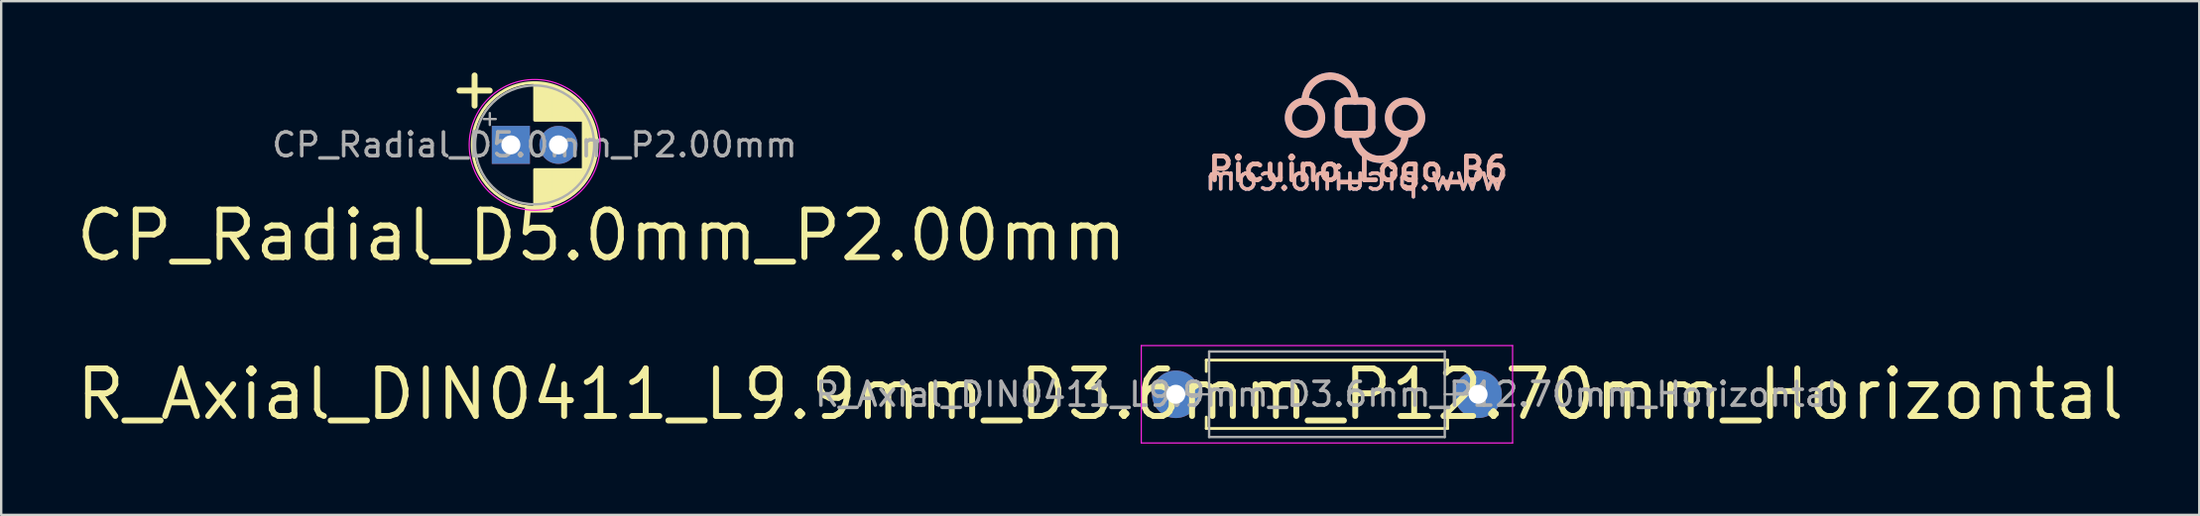
<source format=kicad_pcb>
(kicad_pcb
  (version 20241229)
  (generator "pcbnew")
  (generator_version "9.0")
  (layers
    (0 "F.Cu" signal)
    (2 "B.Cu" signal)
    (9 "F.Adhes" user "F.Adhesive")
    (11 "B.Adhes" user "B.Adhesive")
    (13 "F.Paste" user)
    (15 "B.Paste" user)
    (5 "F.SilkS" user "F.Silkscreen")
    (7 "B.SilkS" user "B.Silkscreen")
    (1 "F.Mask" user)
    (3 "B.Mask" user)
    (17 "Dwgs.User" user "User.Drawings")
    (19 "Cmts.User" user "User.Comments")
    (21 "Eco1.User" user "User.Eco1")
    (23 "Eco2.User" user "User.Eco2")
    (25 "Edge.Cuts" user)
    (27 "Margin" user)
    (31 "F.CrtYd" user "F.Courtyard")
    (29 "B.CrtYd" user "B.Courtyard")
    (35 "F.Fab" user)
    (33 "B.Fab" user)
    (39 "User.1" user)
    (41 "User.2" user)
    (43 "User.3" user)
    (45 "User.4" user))
  (footprint "R_Axial_DIN0411_L9.9mm_D3.6mm_P12.70mm_Horizontal"
    (layer "F.Cu")
    (at 46.35 13.54)
    (property "Reference" "R_Axial_DIN0411_L9.9mm_D3.6mm_P12.70mm_Horizontal" (at -3.175 0 0) (layer "F.SilkS") (effects (font (size 2 2) (thickness 0.25))))
    (attr through_hole)
    (fp_line (start 1.28 -1.44) (end 11.42 -1.44) (stroke (width 0.12) (type solid)) (layer "F.SilkS"))
    (fp_line (start 1.28 -0.96) (end 1.28 -1.44) (stroke (width 0.12) (type solid)) (layer "F.SilkS"))
    (fp_line (start 1.28 0.96) (end 1.28 1.44) (stroke (width 0.12) (type solid)) (layer "F.SilkS"))
    (fp_line (start 1.28 1.44) (end 11.42 1.44) (stroke (width 0.12) (type solid)) (layer "F.SilkS"))
    (fp_line (start 11.42 -1.44) (end 11.42 -0.96) (stroke (width 0.12) (type solid)) (layer "F.SilkS"))
    (fp_line (start 11.42 1.44) (end 11.42 0.96) (stroke (width 0.12) (type solid)) (layer "F.SilkS"))
    (fp_line (start -1.45 -2.05) (end -1.45 2.05) (stroke (width 0.05) (type solid)) (layer "F.CrtYd"))
    (fp_line (start -1.45 2.05) (end 14.15 2.05) (stroke (width 0.05) (type solid)) (layer "F.CrtYd"))
    (fp_line (start 14.15 -2.05) (end -1.45 -2.05) (stroke (width 0.05) (type solid)) (layer "F.CrtYd"))
    (fp_line (start 14.15 2.05) (end 14.15 -2.05) (stroke (width 0.05) (type solid)) (layer "F.CrtYd"))
    (fp_line (start 0 0) (end 1.4 0) (stroke (width 0.1) (type solid)) (layer "F.Fab"))
    (fp_line (start 1.4 -1.8) (end 1.4 1.8) (stroke (width 0.1) (type solid)) (layer "F.Fab"))
    (fp_line (start 1.4 1.8) (end 11.3 1.8) (stroke (width 0.1) (type solid)) (layer "F.Fab"))
    (fp_line (start 11.3 -1.8) (end 1.4 -1.8) (stroke (width 0.1) (type solid)) (layer "F.Fab"))
    (fp_line (start 11.3 1.8) (end 11.3 -1.8) (stroke (width 0.1) (type solid)) (layer "F.Fab"))
    (fp_line (start 12.7 0) (end 11.3 0) (stroke (width 0.1) (type solid)) (layer "F.Fab"))
    (fp_text user "${REFERENCE}" (at 6.35 0 0) (layer "F.Fab") (effects (font (size 1 1) (thickness 0.15))))
    (pad "1" thru_hole circle (at 0 0) (size 2 2) (drill 0.8) (layers "*.Cu" "*.Mask"))
    (pad "2" thru_hole circle (at 12.7 0) (size 2 2) (drill 0.8) (layers "*.Cu" "*.Mask")))
  (footprint "Picuino_Logo_B6"
    (layer "F.Cu")
    (at 53.88 1.903)
    (property "Reference" "Picuino_Logo_B6" (at 0.127 2.159 0) (layer "B.SilkS") (effects (font (size 1.001 1.001) (thickness 0.201))))
    (attr through_hole)
    (fp_line (start -0.701 -0.399) (end -0.701 0.399) (stroke (width 0.3) (type solid)) (layer "B.Cu"))
    (fp_line (start -0.399 0.701) (end 0.399 0.701) (stroke (width 0.3) (type solid)) (layer "B.Cu"))
    (fp_line (start 0.399 -0.701) (end -0.399 -0.701) (stroke (width 0.3) (type solid)) (layer "B.Cu"))
    (fp_line (start 0.701 0.399) (end 0.701 -0.399) (stroke (width 0.3) (type solid)) (layer "B.Cu"))
    (fp_arc (start -2.10058 -0.70104) (mid -1.793329 -1.442809) (end -1.05156 -1.75006) (stroke (width 0.3) (type solid)) (layer "B.Cu"))
    (fp_arc (start -1.05156 -1.7526) (mid -0.307995 -1.444605) (end 0 -0.70104) (stroke (width 0.3) (type solid)) (layer "B.Cu"))
    (fp_arc (start -0.70104 -0.39878) (mid -0.61251 -0.61251) (end -0.39878 -0.70104) (stroke (width 0.3) (type solid)) (layer "B.Cu"))
    (fp_arc (start -0.39878 0.70104) (mid -0.61251 0.61251) (end -0.70104 0.39878) (stroke (width 0.3) (type solid)) (layer "B.Cu"))
    (fp_arc (start 0.39878 -0.70104) (mid 0.61251 -0.61251) (end 0.70104 -0.39878) (stroke (width 0.3) (type solid)) (layer "B.Cu"))
    (fp_arc (start 0.70104 0.39878) (mid 0.61251 0.61251) (end 0.39878 0.70104) (stroke (width 0.3) (type solid)) (layer "B.Cu"))
    (fp_arc (start 1.05156 1.7526) (mid 0.307995 1.444605) (end 0 0.70104) (stroke (width 0.3) (type solid)) (layer "B.Cu"))
    (fp_arc (start 2.10058 0.70104) (mid 1.793329 1.442809) (end 1.05156 1.75006) (stroke (width 0.3) (type solid)) (layer "B.Cu"))
    (fp_circle (center -2.101 0) (end -1.402 0) (stroke (width 0.3) (type solid)) (fill no) (layer "B.Cu"))
    (fp_circle (center 2.101 0) (end 2.799 0) (stroke (width 0.3) (type solid)) (fill no) (layer "B.Cu"))
    (fp_line (start -0.701 -0.399) (end -0.701 0.399) (stroke (width 0.3) (type solid)) (layer "B.SilkS"))
    (fp_line (start -0.399 0.701) (end 0.399 0.701) (stroke (width 0.3) (type solid)) (layer "B.SilkS"))
    (fp_line (start 0.399 -0.701) (end -0.399 -0.701) (stroke (width 0.3) (type solid)) (layer "B.SilkS"))
    (fp_line (start 0.701 0.399) (end 0.701 -0.399) (stroke (width 0.3) (type solid)) (layer "B.SilkS"))
    (fp_arc (start -2.10058 -0.70104) (mid -1.793329 -1.442809) (end -1.05156 -1.75006) (stroke (width 0.3) (type solid)) (layer "B.SilkS"))
    (fp_arc (start -1.05156 -1.7526) (mid -0.307995 -1.444605) (end 0 -0.70104) (stroke (width 0.3) (type solid)) (layer "B.SilkS"))
    (fp_arc (start -0.70104 -0.39878) (mid -0.61251 -0.61251) (end -0.39878 -0.70104) (stroke (width 0.3) (type solid)) (layer "B.SilkS"))
    (fp_arc (start -0.39878 0.70104) (mid -0.61251 0.61251) (end -0.70104 0.39878) (stroke (width 0.3) (type solid)) (layer "B.SilkS"))
    (fp_arc (start 0.39878 -0.70104) (mid 0.61251 -0.61251) (end 0.70104 -0.39878) (stroke (width 0.3) (type solid)) (layer "B.SilkS"))
    (fp_arc (start 0.70104 0.39878) (mid 0.61251 0.61251) (end 0.39878 0.70104) (stroke (width 0.3) (type solid)) (layer "B.SilkS"))
    (fp_arc (start 1.05156 1.7526) (mid 0.307995 1.444605) (end 0 0.70104) (stroke (width 0.3) (type solid)) (layer "B.SilkS"))
    (fp_arc (start 2.10058 0.70104) (mid 1.793329 1.442809) (end 1.05156 1.75006) (stroke (width 0.3) (type solid)) (layer "B.SilkS"))
    (fp_circle (center -2.101 0) (end -1.402 0) (stroke (width 0.3) (type solid)) (fill no) (layer "B.SilkS"))
    (fp_circle (center 2.101 0) (end 2.799 0) (stroke (width 0.3) (type solid)) (fill no) (layer "B.SilkS"))
    (fp_text user "www.picuino.com" (at 0 2.54 0) (layer "B.Cu") (effects (font (size 1 1) (thickness 0.15)) (justify mirror)))
    (fp_text user "www.picuino.com" (at 0 2.54 0) (layer "B.SilkS") (effects (font (size 1 1) (thickness 0.15)) (justify mirror))))
  (footprint "CP_Radial_D5.0mm_P2.00mm"
    (layer "F.Cu")
    (at 18.413 3.046)
    (property "Reference" "CP_Radial_D5.0mm_P2.00mm" (at 3.81 3.81 0) (layer "F.SilkS") (effects (font (size 2 2) (thickness 0.25))))
    (attr through_hole)
    (fp_line (start -1.524 -2.921) (end -1.524 -1.651) (stroke (width 0.25) (type solid)) (layer "F.SilkS"))
    (fp_line (start -0.889 -2.286) (end -2.159 -2.286) (stroke (width 0.25) (type solid)) (layer "F.SilkS"))
    (fp_line (start 1 -2.58) (end 1 -1.04) (stroke (width 0.12) (type solid)) (layer "F.SilkS"))
    (fp_line (start 1 1.04) (end 1 2.58) (stroke (width 0.12) (type solid)) (layer "F.SilkS"))
    (fp_line (start 1.04 -2.58) (end 1.04 -1.04) (stroke (width 0.12) (type solid)) (layer "F.SilkS"))
    (fp_line (start 1.04 1.04) (end 1.04 2.58) (stroke (width 0.12) (type solid)) (layer "F.SilkS"))
    (fp_line (start 1.08 -2.579) (end 1.08 -1.04) (stroke (width 0.12) (type solid)) (layer "F.SilkS"))
    (fp_line (start 1.08 1.04) (end 1.08 2.579) (stroke (width 0.12) (type solid)) (layer "F.SilkS"))
    (fp_line (start 1.12 -2.578) (end 1.12 -1.04) (stroke (width 0.12) (type solid)) (layer "F.SilkS"))
    (fp_line (start 1.12 1.04) (end 1.12 2.578) (stroke (width 0.12) (type solid)) (layer "F.SilkS"))
    (fp_line (start 1.16 -2.576) (end 1.16 -1.04) (stroke (width 0.12) (type solid)) (layer "F.SilkS"))
    (fp_line (start 1.16 1.04) (end 1.16 2.576) (stroke (width 0.12) (type solid)) (layer "F.SilkS"))
    (fp_line (start 1.2 -2.573) (end 1.2 -1.04) (stroke (width 0.12) (type solid)) (layer "F.SilkS"))
    (fp_line (start 1.2 1.04) (end 1.2 2.573) (stroke (width 0.12) (type solid)) (layer "F.SilkS"))
    (fp_line (start 1.24 -2.569) (end 1.24 -1.04) (stroke (width 0.12) (type solid)) (layer "F.SilkS"))
    (fp_line (start 1.24 1.04) (end 1.24 2.569) (stroke (width 0.12) (type solid)) (layer "F.SilkS"))
    (fp_line (start 1.28 -2.565) (end 1.28 -1.04) (stroke (width 0.12) (type solid)) (layer "F.SilkS"))
    (fp_line (start 1.28 1.04) (end 1.28 2.565) (stroke (width 0.12) (type solid)) (layer "F.SilkS"))
    (fp_line (start 1.32 -2.561) (end 1.32 -1.04) (stroke (width 0.12) (type solid)) (layer "F.SilkS"))
    (fp_line (start 1.32 1.04) (end 1.32 2.561) (stroke (width 0.12) (type solid)) (layer "F.SilkS"))
    (fp_line (start 1.36 -2.556) (end 1.36 -1.04) (stroke (width 0.12) (type solid)) (layer "F.SilkS"))
    (fp_line (start 1.36 1.04) (end 1.36 2.556) (stroke (width 0.12) (type solid)) (layer "F.SilkS"))
    (fp_line (start 1.4 -2.55) (end 1.4 -1.04) (stroke (width 0.12) (type solid)) (layer "F.SilkS"))
    (fp_line (start 1.4 1.04) (end 1.4 2.55) (stroke (width 0.12) (type solid)) (layer "F.SilkS"))
    (fp_line (start 1.44 -2.543) (end 1.44 -1.04) (stroke (width 0.12) (type solid)) (layer "F.SilkS"))
    (fp_line (start 1.44 1.04) (end 1.44 2.543) (stroke (width 0.12) (type solid)) (layer "F.SilkS"))
    (fp_line (start 1.48 -2.536) (end 1.48 -1.04) (stroke (width 0.12) (type solid)) (layer "F.SilkS"))
    (fp_line (start 1.48 1.04) (end 1.48 2.536) (stroke (width 0.12) (type solid)) (layer "F.SilkS"))
    (fp_line (start 1.52 -2.528) (end 1.52 -1.04) (stroke (width 0.12) (type solid)) (layer "F.SilkS"))
    (fp_line (start 1.52 1.04) (end 1.52 2.528) (stroke (width 0.12) (type solid)) (layer "F.SilkS"))
    (fp_line (start 1.56 -2.52) (end 1.56 -1.04) (stroke (width 0.12) (type solid)) (layer "F.SilkS"))
    (fp_line (start 1.56 1.04) (end 1.56 2.52) (stroke (width 0.12) (type solid)) (layer "F.SilkS"))
    (fp_line (start 1.6 -2.511) (end 1.6 -1.04) (stroke (width 0.12) (type solid)) (layer "F.SilkS"))
    (fp_line (start 1.6 1.04) (end 1.6 2.511) (stroke (width 0.12) (type solid)) (layer "F.SilkS"))
    (fp_line (start 1.64 -2.501) (end 1.64 -1.04) (stroke (width 0.12) (type solid)) (layer "F.SilkS"))
    (fp_line (start 1.64 1.04) (end 1.64 2.501) (stroke (width 0.12) (type solid)) (layer "F.SilkS"))
    (fp_line (start 1.68 -2.491) (end 1.68 -1.04) (stroke (width 0.12) (type solid)) (layer "F.SilkS"))
    (fp_line (start 1.68 1.04) (end 1.68 2.491) (stroke (width 0.12) (type solid)) (layer "F.SilkS"))
    (fp_line (start 1.721 -2.48) (end 1.721 -1.04) (stroke (width 0.12) (type solid)) (layer "F.SilkS"))
    (fp_line (start 1.721 1.04) (end 1.721 2.48) (stroke (width 0.12) (type solid)) (layer "F.SilkS"))
    (fp_line (start 1.761 -2.468) (end 1.761 -1.04) (stroke (width 0.12) (type solid)) (layer "F.SilkS"))
    (fp_line (start 1.761 1.04) (end 1.761 2.468) (stroke (width 0.12) (type solid)) (layer "F.SilkS"))
    (fp_line (start 1.801 -2.455) (end 1.801 -1.04) (stroke (width 0.12) (type solid)) (layer "F.SilkS"))
    (fp_line (start 1.801 1.04) (end 1.801 2.455) (stroke (width 0.12) (type solid)) (layer "F.SilkS"))
    (fp_line (start 1.841 -2.442) (end 1.841 -1.04) (stroke (width 0.12) (type solid)) (layer "F.SilkS"))
    (fp_line (start 1.841 1.04) (end 1.841 2.442) (stroke (width 0.12) (type solid)) (layer "F.SilkS"))
    (fp_line (start 1.881 -2.428) (end 1.881 -1.04) (stroke (width 0.12) (type solid)) (layer "F.SilkS"))
    (fp_line (start 1.881 1.04) (end 1.881 2.428) (stroke (width 0.12) (type solid)) (layer "F.SilkS"))
    (fp_line (start 1.921 -2.414) (end 1.921 -1.04) (stroke (width 0.12) (type solid)) (layer "F.SilkS"))
    (fp_line (start 1.921 1.04) (end 1.921 2.414) (stroke (width 0.12) (type solid)) (layer "F.SilkS"))
    (fp_line (start 1.961 -2.398) (end 1.961 -1.04) (stroke (width 0.12) (type solid)) (layer "F.SilkS"))
    (fp_line (start 1.961 1.04) (end 1.961 2.398) (stroke (width 0.12) (type solid)) (layer "F.SilkS"))
    (fp_line (start 2.001 -2.382) (end 2.001 -1.04) (stroke (width 0.12) (type solid)) (layer "F.SilkS"))
    (fp_line (start 2.001 1.04) (end 2.001 2.382) (stroke (width 0.12) (type solid)) (layer "F.SilkS"))
    (fp_line (start 2.041 -2.365) (end 2.041 -1.04) (stroke (width 0.12) (type solid)) (layer "F.SilkS"))
    (fp_line (start 2.041 1.04) (end 2.041 2.365) (stroke (width 0.12) (type solid)) (layer "F.SilkS"))
    (fp_line (start 2.081 -2.348) (end 2.081 -1.04) (stroke (width 0.12) (type solid)) (layer "F.SilkS"))
    (fp_line (start 2.081 1.04) (end 2.081 2.348) (stroke (width 0.12) (type solid)) (layer "F.SilkS"))
    (fp_line (start 2.121 -2.329) (end 2.121 -1.04) (stroke (width 0.12) (type solid)) (layer "F.SilkS"))
    (fp_line (start 2.121 1.04) (end 2.121 2.329) (stroke (width 0.12) (type solid)) (layer "F.SilkS"))
    (fp_line (start 2.161 -2.31) (end 2.161 -1.04) (stroke (width 0.12) (type solid)) (layer "F.SilkS"))
    (fp_line (start 2.161 1.04) (end 2.161 2.31) (stroke (width 0.12) (type solid)) (layer "F.SilkS"))
    (fp_line (start 2.201 -2.29) (end 2.201 -1.04) (stroke (width 0.12) (type solid)) (layer "F.SilkS"))
    (fp_line (start 2.201 1.04) (end 2.201 2.29) (stroke (width 0.12) (type solid)) (layer "F.SilkS"))
    (fp_line (start 2.241 -2.268) (end 2.241 -1.04) (stroke (width 0.12) (type solid)) (layer "F.SilkS"))
    (fp_line (start 2.241 1.04) (end 2.241 2.268) (stroke (width 0.12) (type solid)) (layer "F.SilkS"))
    (fp_line (start 2.281 -2.247) (end 2.281 -1.04) (stroke (width 0.12) (type solid)) (layer "F.SilkS"))
    (fp_line (start 2.281 1.04) (end 2.281 2.247) (stroke (width 0.12) (type solid)) (layer "F.SilkS"))
    (fp_line (start 2.321 -2.224) (end 2.321 -1.04) (stroke (width 0.12) (type solid)) (layer "F.SilkS"))
    (fp_line (start 2.321 1.04) (end 2.321 2.224) (stroke (width 0.12) (type solid)) (layer "F.SilkS"))
    (fp_line (start 2.361 -2.2) (end 2.361 -1.04) (stroke (width 0.12) (type solid)) (layer "F.SilkS"))
    (fp_line (start 2.361 1.04) (end 2.361 2.2) (stroke (width 0.12) (type solid)) (layer "F.SilkS"))
    (fp_line (start 2.401 -2.175) (end 2.401 -1.04) (stroke (width 0.12) (type solid)) (layer "F.SilkS"))
    (fp_line (start 2.401 1.04) (end 2.401 2.175) (stroke (width 0.12) (type solid)) (layer "F.SilkS"))
    (fp_line (start 2.441 -2.149) (end 2.441 -1.04) (stroke (width 0.12) (type solid)) (layer "F.SilkS"))
    (fp_line (start 2.441 1.04) (end 2.441 2.149) (stroke (width 0.12) (type solid)) (layer "F.SilkS"))
    (fp_line (start 2.481 -2.122) (end 2.481 -1.04) (stroke (width 0.12) (type solid)) (layer "F.SilkS"))
    (fp_line (start 2.481 1.04) (end 2.481 2.122) (stroke (width 0.12) (type solid)) (layer "F.SilkS"))
    (fp_line (start 2.521 -2.095) (end 2.521 -1.04) (stroke (width 0.12) (type solid)) (layer "F.SilkS"))
    (fp_line (start 2.521 1.04) (end 2.521 2.095) (stroke (width 0.12) (type solid)) (layer "F.SilkS"))
    (fp_line (start 2.561 -2.065) (end 2.561 -1.04) (stroke (width 0.12) (type solid)) (layer "F.SilkS"))
    (fp_line (start 2.561 1.04) (end 2.561 2.065) (stroke (width 0.12) (type solid)) (layer "F.SilkS"))
    (fp_line (start 2.601 -2.035) (end 2.601 -1.04) (stroke (width 0.12) (type solid)) (layer "F.SilkS"))
    (fp_line (start 2.601 1.04) (end 2.601 2.035) (stroke (width 0.12) (type solid)) (layer "F.SilkS"))
    (fp_line (start 2.641 -2.004) (end 2.641 -1.04) (stroke (width 0.12) (type solid)) (layer "F.SilkS"))
    (fp_line (start 2.641 1.04) (end 2.641 2.004) (stroke (width 0.12) (type solid)) (layer "F.SilkS"))
    (fp_line (start 2.681 -1.971) (end 2.681 -1.04) (stroke (width 0.12) (type solid)) (layer "F.SilkS"))
    (fp_line (start 2.681 1.04) (end 2.681 1.971) (stroke (width 0.12) (type solid)) (layer "F.SilkS"))
    (fp_line (start 2.721 -1.937) (end 2.721 -1.04) (stroke (width 0.12) (type solid)) (layer "F.SilkS"))
    (fp_line (start 2.721 1.04) (end 2.721 1.937) (stroke (width 0.12) (type solid)) (layer "F.SilkS"))
    (fp_line (start 2.761 -1.901) (end 2.761 -1.04) (stroke (width 0.12) (type solid)) (layer "F.SilkS"))
    (fp_line (start 2.761 1.04) (end 2.761 1.901) (stroke (width 0.12) (type solid)) (layer "F.SilkS"))
    (fp_line (start 2.801 -1.864) (end 2.801 -1.04) (stroke (width 0.12) (type solid)) (layer "F.SilkS"))
    (fp_line (start 2.801 1.04) (end 2.801 1.864) (stroke (width 0.12) (type solid)) (layer "F.SilkS"))
    (fp_line (start 2.841 -1.826) (end 2.841 -1.04) (stroke (width 0.12) (type solid)) (layer "F.SilkS"))
    (fp_line (start 2.841 1.04) (end 2.841 1.826) (stroke (width 0.12) (type solid)) (layer "F.SilkS"))
    (fp_line (start 2.881 -1.785) (end 2.881 -1.04) (stroke (width 0.12) (type solid)) (layer "F.SilkS"))
    (fp_line (start 2.881 1.04) (end 2.881 1.785) (stroke (width 0.12) (type solid)) (layer "F.SilkS"))
    (fp_line (start 2.921 -1.743) (end 2.921 -1.04) (stroke (width 0.12) (type solid)) (layer "F.SilkS"))
    (fp_line (start 2.921 1.04) (end 2.921 1.743) (stroke (width 0.12) (type solid)) (layer "F.SilkS"))
    (fp_line (start 2.961 -1.699) (end 2.961 -1.04) (stroke (width 0.12) (type solid)) (layer "F.SilkS"))
    (fp_line (start 2.961 1.04) (end 2.961 1.699) (stroke (width 0.12) (type solid)) (layer "F.SilkS"))
    (fp_line (start 3.001 -1.653) (end 3.001 -1.04) (stroke (width 0.12) (type solid)) (layer "F.SilkS"))
    (fp_line (start 3.001 1.04) (end 3.001 1.653) (stroke (width 0.12) (type solid)) (layer "F.SilkS"))
    (fp_line (start 3.041 -1.605) (end 3.041 1.605) (stroke (width 0.12) (type solid)) (layer "F.SilkS"))
    (fp_line (start 3.081 -1.554) (end 3.081 1.554) (stroke (width 0.12) (type solid)) (layer "F.SilkS"))
    (fp_line (start 3.121 -1.5) (end 3.121 1.5) (stroke (width 0.12) (type solid)) (layer "F.SilkS"))
    (fp_line (start 3.161 -1.443) (end 3.161 1.443) (stroke (width 0.12) (type solid)) (layer "F.SilkS"))
    (fp_line (start 3.201 -1.383) (end 3.201 1.383) (stroke (width 0.12) (type solid)) (layer "F.SilkS"))
    (fp_line (start 3.241 -1.319) (end 3.241 1.319) (stroke (width 0.12) (type solid)) (layer "F.SilkS"))
    (fp_line (start 3.281 -1.251) (end 3.281 1.251) (stroke (width 0.12) (type solid)) (layer "F.SilkS"))
    (fp_line (start 3.321 -1.178) (end 3.321 1.178) (stroke (width 0.12) (type solid)) (layer "F.SilkS"))
    (fp_line (start 3.361 -1.098) (end 3.361 1.098) (stroke (width 0.12) (type solid)) (layer "F.SilkS"))
    (fp_line (start 3.401 -1.011) (end 3.401 1.011) (stroke (width 0.12) (type solid)) (layer "F.SilkS"))
    (fp_line (start 3.441 -0.915) (end 3.441 0.915) (stroke (width 0.12) (type solid)) (layer "F.SilkS"))
    (fp_line (start 3.481 -0.805) (end 3.481 0.805) (stroke (width 0.12) (type solid)) (layer "F.SilkS"))
    (fp_line (start 3.521 -0.677) (end 3.521 0.677) (stroke (width 0.12) (type solid)) (layer "F.SilkS"))
    (fp_line (start 3.561 -0.518) (end 3.561 0.518) (stroke (width 0.12) (type solid)) (layer "F.SilkS"))
    (fp_line (start 3.601 -0.284) (end 3.601 0.284) (stroke (width 0.12) (type solid)) (layer "F.SilkS"))
    (fp_circle (center 1 0) (end 3.62 0) (stroke (width 0.12) (type solid)) (fill no) (layer "F.SilkS"))
    (fp_circle (center 1 0) (end 3.75 0) (stroke (width 0.05) (type solid)) (fill no) (layer "F.CrtYd"))
    (fp_line (start -1.134 -1.087) (end -0.634 -1.087) (stroke (width 0.1) (type solid)) (layer "F.Fab"))
    (fp_line (start -0.884 -1.337) (end -0.884 -0.838) (stroke (width 0.1) (type solid)) (layer "F.Fab"))
    (fp_circle (center 1 0) (end 3.5 0) (stroke (width 0.1) (type solid)) (fill no) (layer "F.Fab"))
    (fp_text user "${REFERENCE}" (at 1 0 0) (layer "F.Fab") (effects (font (size 1 1) (thickness 0.15))))
    (pad "1" thru_hole rect (at 0 0) (size 1.6 1.6) (drill 0.8) (layers "*.Cu" "*.Mask"))
    (pad "2" thru_hole circle (at 2 0) (size 1.6 1.6) (drill 0.8) (layers "*.Cu" "*.Mask")))
  (gr_rect
    (start -3 -3)
    (end 89.35 18.615)
    (stroke (width 0.1) (type default))
    (fill no)
    (layer "Edge.Cuts")))
</source>
